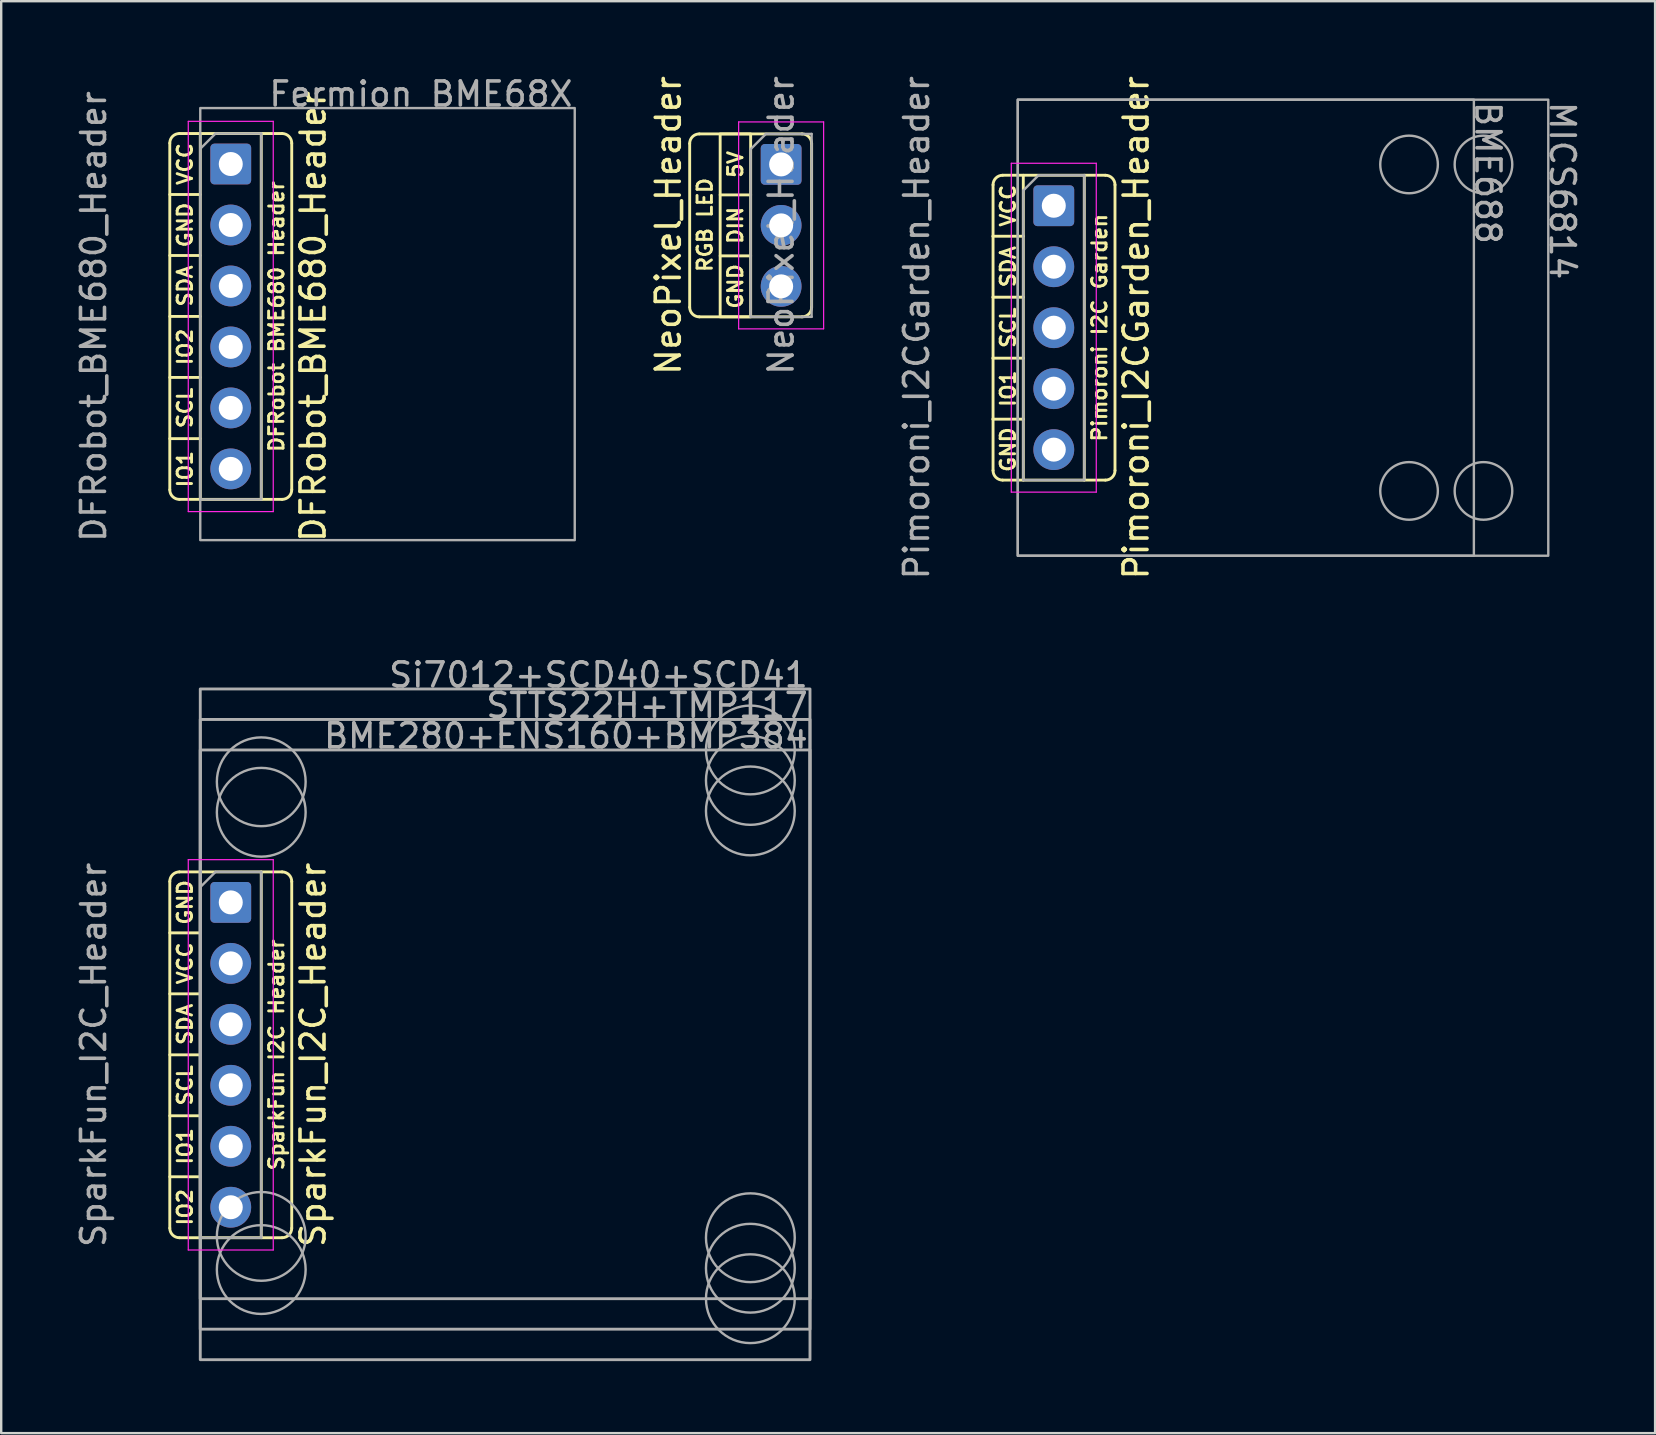
<source format=kicad_pcb>
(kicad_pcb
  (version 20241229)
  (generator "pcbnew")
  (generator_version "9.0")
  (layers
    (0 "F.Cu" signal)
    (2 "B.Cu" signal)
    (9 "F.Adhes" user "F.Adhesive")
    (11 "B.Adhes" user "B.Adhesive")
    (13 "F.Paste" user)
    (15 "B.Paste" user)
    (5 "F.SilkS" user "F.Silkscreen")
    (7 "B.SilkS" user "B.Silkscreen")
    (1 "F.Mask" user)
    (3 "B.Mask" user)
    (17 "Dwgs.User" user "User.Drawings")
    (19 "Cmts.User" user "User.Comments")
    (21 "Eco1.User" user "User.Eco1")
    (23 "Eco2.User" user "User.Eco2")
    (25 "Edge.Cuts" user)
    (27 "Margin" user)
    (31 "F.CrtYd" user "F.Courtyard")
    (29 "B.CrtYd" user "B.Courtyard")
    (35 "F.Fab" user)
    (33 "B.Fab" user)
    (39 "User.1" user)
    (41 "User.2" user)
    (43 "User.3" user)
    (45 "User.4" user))
  (footprint "NeoPixel_Header"
    (layer "F.Cu")
    (at 29.491 6.339)
    (property "Reference" "NeoPixel_Header" (at -4.699 0 90) (unlocked yes) (layer "F.SilkS") (effects (font (size 1 1) (thickness 0.15))))
    (attr through_hole)
    (fp_line (start -3.81 3.41) (end -3.81 -3.41) (stroke (width 0.12) (type default)) (layer "F.SilkS"))
    (fp_line (start -3.41 -3.81) (end 0.87 -3.81) (stroke (width 0.12) (type default)) (layer "F.SilkS"))
    (fp_line (start -1.27 -1.27) (end -2.54 -1.27) (stroke (width 0.12) (type default)) (layer "F.SilkS"))
    (fp_line (start -1.27 1.27) (end -2.54 1.27) (stroke (width 0.12) (type default)) (layer "F.SilkS"))
    (fp_line (start 0.87 3.81) (end -3.41 3.81) (stroke (width 0.12) (type default)) (layer "F.SilkS"))
    (fp_line (start 1.27 -3.41) (end 1.27 3.41) (stroke (width 0.12) (type default)) (layer "F.SilkS"))
    (fp_rect (start -2.54 -3.81) (end -1.27 3.81) (stroke (width 0.12) (type default)) (fill no) (layer "F.SilkS"))
    (fp_arc (start -3.81 -3.41) (mid -3.692843 -3.692843) (end -3.41 -3.81) (stroke (width 0.12) (type default)) (layer "F.SilkS"))
    (fp_arc (start -3.41 3.81) (mid -3.692843 3.692843) (end -3.81 3.41) (stroke (width 0.12) (type default)) (layer "F.SilkS"))
    (fp_arc (start 0.87 -3.81) (mid 1.152843 -3.692843) (end 1.27 -3.41) (stroke (width 0.12) (type default)) (layer "F.SilkS"))
    (fp_arc (start 1.27 3.41) (mid 1.152843 3.692843) (end 0.87 3.81) (stroke (width 0.12) (type default)) (layer "F.SilkS"))
    (fp_line (start -1.77 -4.31) (end -1.77 4.31) (stroke (width 0.05) (type solid)) (layer "F.CrtYd"))
    (fp_line (start -1.77 4.31) (end 1.77 4.31) (stroke (width 0.05) (type solid)) (layer "F.CrtYd"))
    (fp_line (start 1.77 -4.31) (end -1.77 -4.31) (stroke (width 0.05) (type solid)) (layer "F.CrtYd"))
    (fp_line (start 1.77 4.31) (end 1.77 -4.31) (stroke (width 0.05) (type solid)) (layer "F.CrtYd"))
    (fp_line (start -1.27 -3.175) (end -0.635 -3.81) (stroke (width 0.1) (type solid)) (layer "F.Fab"))
    (fp_line (start -1.27 3.81) (end -1.27 -3.175) (stroke (width 0.1) (type solid)) (layer "F.Fab"))
    (fp_line (start -0.635 -3.81) (end 1.27 -3.81) (stroke (width 0.1) (type solid)) (layer "F.Fab"))
    (fp_line (start 1.27 -3.81) (end 1.27 3.81) (stroke (width 0.1) (type solid)) (layer "F.Fab"))
    (fp_line (start 1.27 3.81) (end -1.27 3.81) (stroke (width 0.1) (type solid)) (layer "F.Fab"))
    (fp_text user "GND" (at -1.905 2.54 90) (unlocked yes) (layer "F.SilkS") (effects (font (size 0.6 0.6) (thickness 0.12))))
    (fp_text user "RGB LED" (at -3.175 -0.019 90) (unlocked yes) (layer "F.SilkS") (effects (font (size 0.6 0.6) (thickness 0.12) (bold yes))))
    (fp_text user "5V" (at -1.905 -2.54 90) (unlocked yes) (layer "F.SilkS") (effects (font (size 0.6 0.6) (thickness 0.12))))
    (fp_text user "DIN" (at -1.905 0 90) (unlocked yes) (layer "F.SilkS") (effects (font (size 0.6 0.6) (thickness 0.12))))
    (fp_text user "${REFERENCE}" (at 0 0 90) (layer "F.Fab") (effects (font (size 1 1) (thickness 0.15))))
    (pad "1" thru_hole roundrect (at 0 -2.54) (size 1.7 1.7) (drill 1) (layers "*.Cu" "*.Mask") (roundrect_rratio 0.1))
    (pad "2" thru_hole circle (at 0 0) (size 1.7 1.7) (drill 1) (layers "*.Cu" "*.Mask"))
    (pad "3" thru_hole circle (at 0 2.54) (size 1.7 1.7) (drill 1) (layers "*.Cu" "*.Mask")))
  (footprint "DFRobot_BME680_Header"
    (layer "F.Cu")
    (at 6.563 10.133)
    (property "Reference" "DFRobot_BME680_Header" (at 3.429 0 90) (unlocked yes) (layer "F.SilkS") (effects (font (size 1 1) (thickness 0.15))))
    (attr through_hole)
    (fp_line (start -2.54 -5.08) (end -1.27 -5.08) (stroke (width 0.12) (type default)) (layer "F.SilkS"))
    (fp_line (start -2.54 -2.54) (end -1.27 -2.54) (stroke (width 0.12) (type default)) (layer "F.SilkS"))
    (fp_line (start -2.54 0) (end -1.27 0) (stroke (width 0.12) (type default)) (layer "F.SilkS"))
    (fp_line (start -2.54 2.54) (end -1.27 2.54) (stroke (width 0.12) (type default)) (layer "F.SilkS"))
    (fp_line (start -2.54 5.09) (end -1.27 5.09) (stroke (width 0.12) (type default)) (layer "F.SilkS"))
    (fp_line (start -2.54 7.22) (end -2.54 -7.22) (stroke (width 0.12) (type default)) (layer "F.SilkS"))
    (fp_line (start -2.14 -7.62) (end 2.14 -7.62) (stroke (width 0.12) (type default)) (layer "F.SilkS"))
    (fp_line (start -1.27 -7.62) (end -1.27 7.62) (stroke (width 0.12) (type default)) (layer "F.SilkS"))
    (fp_line (start 1.27 -7.62) (end 1.27 7.62) (stroke (width 0.12) (type default)) (layer "F.SilkS"))
    (fp_line (start 2.14 7.62) (end -2.14 7.62) (stroke (width 0.12) (type default)) (layer "F.SilkS"))
    (fp_line (start 2.54 -7.22) (end 2.54 7.22) (stroke (width 0.12) (type default)) (layer "F.SilkS"))
    (fp_arc (start -2.54 -7.22) (mid -2.422843 -7.502843) (end -2.14 -7.62) (stroke (width 0.12) (type default)) (layer "F.SilkS"))
    (fp_arc (start -2.14 7.62) (mid -2.422843 7.502843) (end -2.54 7.22) (stroke (width 0.12) (type default)) (layer "F.SilkS"))
    (fp_arc (start 2.14 -7.62) (mid 2.422843 -7.502843) (end 2.54 -7.22) (stroke (width 0.12) (type default)) (layer "F.SilkS"))
    (fp_arc (start 2.54 7.22) (mid 2.422843 7.502843) (end 2.14 7.62) (stroke (width 0.12) (type default)) (layer "F.SilkS"))
    (fp_line (start -1.77 -8.128) (end -1.77 8.13) (stroke (width 0.05) (type solid)) (layer "F.CrtYd"))
    (fp_line (start -1.77 8.13) (end 1.77 8.13) (stroke (width 0.05) (type solid)) (layer "F.CrtYd"))
    (fp_line (start 1.77 -8.128) (end -1.77 -8.128) (stroke (width 0.05) (type solid)) (layer "F.CrtYd"))
    (fp_line (start 1.77 8.13) (end 1.77 -8.128) (stroke (width 0.05) (type solid)) (layer "F.CrtYd"))
    (fp_line (start -1.27 -6.985) (end -0.635 -7.62) (stroke (width 0.1) (type solid)) (layer "F.Fab"))
    (fp_line (start -1.27 7.62) (end -1.27 -6.985) (stroke (width 0.1) (type solid)) (layer "F.Fab"))
    (fp_line (start -0.635 -7.62) (end 1.27 -7.62) (stroke (width 0.1) (type solid)) (layer "F.Fab"))
    (fp_line (start 1.27 -7.62) (end 1.27 7.62) (stroke (width 0.1) (type solid)) (layer "F.Fab"))
    (fp_line (start 1.27 7.62) (end -1.27 7.62) (stroke (width 0.1) (type solid)) (layer "F.Fab"))
    (fp_rect (start -1.27 -8.682) (end 14.33 9.318) (stroke (width 0.1) (type default)) (fill no) (layer "F.Fab"))
    (fp_text user "VCC" (at -1.905 -6.35 90) (unlocked yes) (layer "F.SilkS") (effects (font (size 0.6 0.6) (thickness 0.12))))
    (fp_text user "IO1" (at -1.905 6.36 90) (unlocked yes) (layer "F.SilkS") (effects (font (size 0.6 0.6) (thickness 0.12))))
    (fp_text user "DFRobot BME680 Header" (at 1.905 0 90) (unlocked yes) (layer "F.SilkS") (effects (font (size 0.6 0.6) (thickness 0.12) (bold yes))))
    (fp_text user "SDA" (at -1.905 -1.27 90) (unlocked yes) (layer "F.SilkS") (effects (font (size 0.6 0.6) (thickness 0.12))))
    (fp_text user "IO2" (at -1.905 1.27 90) (unlocked yes) (layer "F.SilkS") (effects (font (size 0.6 0.6) (thickness 0.12))))
    (fp_text user "GND" (at -1.905 -3.81 90) (unlocked yes) (layer "F.SilkS") (effects (font (size 0.6 0.6) (thickness 0.12))))
    (fp_text user "SCL" (at -1.905 3.81 90) (unlocked yes) (layer "F.SilkS") (effects (font (size 0.6 0.6) (thickness 0.12))))
    (fp_text user "Fermion BME68X" (at 14.33 -8.682 0) (unlocked yes) (layer "F.Fab") (effects (font (size 1 1) (thickness 0.15)) (justify right bottom)))
    (fp_text user "${REFERENCE}" (at -5.715 0 270) (layer "F.Fab") (effects (font (size 1 1) (thickness 0.15))))
    (pad "1" thru_hole roundrect (at 0 -6.35) (size 1.7 1.7) (drill 1) (layers "*.Cu" "*.Mask") (roundrect_rratio 0.1))
    (pad "2" thru_hole circle (at 0 -3.81) (size 1.7 1.7) (drill 1) (layers "*.Cu" "*.Mask"))
    (pad "3" thru_hole circle (at 0 -1.27) (size 1.7 1.7) (drill 1) (layers "*.Cu" "*.Mask"))
    (pad "4" thru_hole circle (at 0 1.27) (size 1.7 1.7) (drill 1) (layers "*.Cu" "*.Mask"))
    (pad "5" thru_hole circle (at 0 3.81) (size 1.7 1.7) (drill 1) (layers "*.Cu" "*.Mask"))
    (pad "6" thru_hole circle (at 0 6.35) (size 1.7 1.7) (drill 1) (layers "*.Cu" "*.Mask")))
  (footprint "Pimoroni_I2CGarden_Header"
    (layer "F.Cu")
    (at 40.849 10.601)
    (property "Reference" "Pimoroni_I2CGarden_Header" (at 3.429 0 90) (unlocked yes) (layer "F.SilkS") (effects (font (size 1 1) (thickness 0.15))))
    (attr through_hole)
    (fp_line (start -2.54 -3.81) (end -1.27 -3.81) (stroke (width 0.12) (type default)) (layer "F.SilkS"))
    (fp_line (start -2.54 -1.27) (end -1.27 -1.27) (stroke (width 0.12) (type default)) (layer "F.SilkS"))
    (fp_line (start -2.54 1.27) (end -1.27 1.27) (stroke (width 0.12) (type default)) (layer "F.SilkS"))
    (fp_line (start -2.54 3.81) (end -1.27 3.81) (stroke (width 0.12) (type default)) (layer "F.SilkS"))
    (fp_line (start -2.53 5.95) (end -2.53 -5.95) (stroke (width 0.12) (type default)) (layer "F.SilkS"))
    (fp_line (start -2.13 -6.35) (end 2.15 -6.35) (stroke (width 0.12) (type default)) (layer "F.SilkS"))
    (fp_line (start -1.27 -6.35) (end -1.27 6.35) (stroke (width 0.12) (type default)) (layer "F.SilkS"))
    (fp_line (start 1.27 -6.35) (end 1.27 6.35) (stroke (width 0.12) (type default)) (layer "F.SilkS"))
    (fp_line (start 2.15 6.35) (end -2.13 6.35) (stroke (width 0.12) (type default)) (layer "F.SilkS"))
    (fp_line (start 2.55 -5.95) (end 2.55 5.95) (stroke (width 0.12) (type default)) (layer "F.SilkS"))
    (fp_arc (start -2.530157 -5.95) (mid -2.413 -6.232843) (end -2.130157 -6.35) (stroke (width 0.12) (type default)) (layer "F.SilkS"))
    (fp_arc (start -2.130157 6.35) (mid -2.413 6.232843) (end -2.530157 5.95) (stroke (width 0.12) (type default)) (layer "F.SilkS"))
    (fp_arc (start 2.149843 -6.35) (mid 2.432684 -6.232842) (end 2.549843 -5.95) (stroke (width 0.12) (type default)) (layer "F.SilkS"))
    (fp_arc (start 2.549843 5.95) (mid 2.432686 6.232844) (end 2.149843 6.35) (stroke (width 0.12) (type default)) (layer "F.SilkS"))
    (fp_line (start -1.77 -6.85) (end -1.77 6.85) (stroke (width 0.05) (type solid)) (layer "F.CrtYd"))
    (fp_line (start -1.77 6.85) (end 1.77 6.85) (stroke (width 0.05) (type solid)) (layer "F.CrtYd"))
    (fp_line (start 1.77 -6.85) (end -1.77 -6.85) (stroke (width 0.05) (type solid)) (layer "F.CrtYd"))
    (fp_line (start 1.77 6.85) (end 1.77 -6.85) (stroke (width 0.05) (type solid)) (layer "F.CrtYd"))
    (fp_line (start -1.27 -5.715) (end -0.635 -6.35) (stroke (width 0.1) (type solid)) (layer "F.Fab"))
    (fp_line (start -1.27 6.35) (end -1.27 -5.715) (stroke (width 0.1) (type solid)) (layer "F.Fab"))
    (fp_line (start -0.635 -6.35) (end 1.27 -6.35) (stroke (width 0.1) (type solid)) (layer "F.Fab"))
    (fp_line (start 1.27 -6.35) (end 1.27 6.35) (stroke (width 0.1) (type solid)) (layer "F.Fab"))
    (fp_line (start 1.27 6.35) (end -1.27 6.35) (stroke (width 0.1) (type solid)) (layer "F.Fab"))
    (fp_rect (start -1.5 -9.5) (end 17.5 9.5) (stroke (width 0.1) (type default)) (fill no) (layer "F.Fab"))
    (fp_rect (start -1.5 -9.5) (end 20.6 9.5) (stroke (width 0.1) (type default)) (fill no) (layer "F.Fab"))
    (fp_circle (center 14.8 -6.8) (end 16 -6.8) (stroke (width 0.1) (type default)) (fill no) (layer "F.Fab"))
    (fp_circle (center 14.8 6.8) (end 16 6.8) (stroke (width 0.1) (type default)) (fill no) (layer "F.Fab"))
    (fp_circle (center 17.9 -6.8) (end 19.1 -6.8) (stroke (width 0.1) (type default)) (fill no) (layer "F.Fab"))
    (fp_circle (center 17.9 6.8) (end 19.1 6.8) (stroke (width 0.1) (type default)) (fill no) (layer "F.Fab"))
    (fp_text user "GND" (at -1.905 5.08 90) (unlocked yes) (layer "F.SilkS") (effects (font (size 0.6 0.6) (thickness 0.12))))
    (fp_text user "Pimoroni I2C Garden" (at 1.905 0 90) (unlocked yes) (layer "F.SilkS") (effects (font (size 0.6 0.6) (thickness 0.12) (bold yes))))
    (fp_text user "VCC" (at -1.905 -5.08 90) (unlocked yes) (layer "F.SilkS") (effects (font (size 0.6 0.6) (thickness 0.12))))
    (fp_text user "IO1" (at -1.905 2.54 90) (unlocked yes) (layer "F.SilkS") (effects (font (size 0.6 0.6) (thickness 0.12))))
    (fp_text user "SDA" (at -1.905 -2.54 90) (unlocked yes) (layer "F.SilkS") (effects (font (size 0.6 0.6) (thickness 0.12))))
    (fp_text user "SCL" (at -1.905 0 90) (unlocked yes) (layer "F.SilkS") (effects (font (size 0.6 0.6) (thickness 0.12))))
    (fp_text user "MICS6814" (at 20.6 -9.5 270) (unlocked yes) (layer "F.Fab") (effects (font (size 1 1) (thickness 0.15)) (justify left bottom)))
    (fp_text user "${REFERENCE}" (at -5.715 0 270) (layer "F.Fab") (effects (font (size 1 1) (thickness 0.15))))
    (fp_text user "BME688" (at 17.5 -9.5 270) (unlocked yes) (layer "F.Fab") (effects (font (size 1 1) (thickness 0.15)) (justify left bottom)))
    (pad "1" thru_hole roundrect (at 0 -5.08) (size 1.7 1.7) (drill 1) (layers "*.Cu" "*.Mask") (roundrect_rratio 0.1))
    (pad "2" thru_hole circle (at 0 -2.54) (size 1.7 1.7) (drill 1) (layers "*.Cu" "*.Mask"))
    (pad "3" thru_hole circle (at 0 0) (size 1.7 1.7) (drill 1) (layers "*.Cu" "*.Mask"))
    (pad "4" thru_hole circle (at 0 2.54) (size 1.7 1.7) (drill 1) (layers "*.Cu" "*.Mask"))
    (pad "5" thru_hole circle (at 0 5.08) (size 1.7 1.7) (drill 1) (layers "*.Cu" "*.Mask")))
  (footprint "SparkFun_I2C_Header"
    (layer "F.Cu")
    (at 6.563 40.892)
    (property "Reference" "SparkFun_I2C_Header" (at 3.429 0 270) (layer "F.SilkS") (effects (font (size 1 1) (thickness 0.15))))
    (attr through_hole)
    (fp_line (start -2.54 -5.08) (end -1.27 -5.08) (stroke (width 0.12) (type default)) (layer "F.SilkS"))
    (fp_line (start -2.54 -2.54) (end -1.27 -2.54) (stroke (width 0.12) (type default)) (layer "F.SilkS"))
    (fp_line (start -2.54 0.000001) (end -1.27 0.000001) (stroke (width 0.12) (type default)) (layer "F.SilkS"))
    (fp_line (start -2.54 2.54) (end -1.27 2.54) (stroke (width 0.12) (type default)) (layer "F.SilkS"))
    (fp_line (start -2.54 5.08) (end -1.27 5.08) (stroke (width 0.12) (type default)) (layer "F.SilkS"))
    (fp_line (start -2.54 7.22) (end -2.54 -7.22) (stroke (width 0.12) (type default)) (layer "F.SilkS"))
    (fp_line (start -2.14 -7.62) (end 2.14 -7.62) (stroke (width 0.12) (type default)) (layer "F.SilkS"))
    (fp_line (start -1.27 -7.62) (end -1.27 7.62) (stroke (width 0.12) (type default)) (layer "F.SilkS"))
    (fp_line (start 1.27 -7.62) (end 1.27 7.62) (stroke (width 0.12) (type default)) (layer "F.SilkS"))
    (fp_line (start 2.14 7.62) (end -2.14 7.62) (stroke (width 0.12) (type default)) (layer "F.SilkS"))
    (fp_line (start 2.54 -7.22) (end 2.54 7.22) (stroke (width 0.12) (type default)) (layer "F.SilkS"))
    (fp_arc (start -2.54 -7.22) (mid -2.422843 -7.502843) (end -2.14 -7.62) (stroke (width 0.12) (type default)) (layer "F.SilkS"))
    (fp_arc (start -2.14 7.62) (mid -2.422843 7.502843) (end -2.54 7.22) (stroke (width 0.12) (type default)) (layer "F.SilkS"))
    (fp_arc (start 2.14 -7.62) (mid 2.422843 -7.502843) (end 2.54 -7.22) (stroke (width 0.12) (type default)) (layer "F.SilkS"))
    (fp_arc (start 2.54 7.22) (mid 2.422843 7.502843) (end 2.14 7.62) (stroke (width 0.12) (type default)) (layer "F.SilkS"))
    (fp_line (start -1.77 -8.13) (end -1.77 8.13) (stroke (width 0.05) (type solid)) (layer "F.CrtYd"))
    (fp_line (start -1.77 8.13) (end 1.77 8.13) (stroke (width 0.05) (type solid)) (layer "F.CrtYd"))
    (fp_line (start 1.77 -8.13) (end -1.77 -8.13) (stroke (width 0.05) (type solid)) (layer "F.CrtYd"))
    (fp_line (start 1.77 8.13) (end 1.77 -8.13) (stroke (width 0.05) (type solid)) (layer "F.CrtYd"))
    (fp_line (start -1.27 -6.985) (end -0.635 -7.62) (stroke (width 0.1) (type solid)) (layer "F.Fab"))
    (fp_line (start -1.27 7.62) (end -1.27 -6.985) (stroke (width 0.1) (type solid)) (layer "F.Fab"))
    (fp_line (start -0.635 -7.62) (end 1.27 -7.62) (stroke (width 0.1) (type solid)) (layer "F.Fab"))
    (fp_line (start 1.27 -7.62) (end 1.27 7.62) (stroke (width 0.1) (type solid)) (layer "F.Fab"))
    (fp_line (start 1.27 7.62) (end -1.27 7.62) (stroke (width 0.1) (type solid)) (layer "F.Fab"))
    (fp_rect (start -1.27 -15.24) (end 24.13 10.16) (stroke (width 0.12) (type default)) (fill no) (layer "F.Fab"))
    (fp_rect (start -1.27 -13.97) (end 24.13 11.43) (stroke (width 0.12) (type default)) (fill no) (layer "F.Fab"))
    (fp_rect (start -1.27 -12.7) (end 24.13 12.7) (stroke (width 0.12) (type default)) (fill no) (layer "F.Fab"))
    (fp_circle (center 1.27 -11.374) (end 3.048 -11.882) (stroke (width 0.1) (type default)) (fill no) (layer "F.Fab"))
    (fp_circle (center 1.27 -10.104) (end 3.048 -10.612) (stroke (width 0.1) (type default)) (fill no) (layer "F.Fab"))
    (fp_circle (center 1.27 7.564) (end 3.048 7.056) (stroke (width 0.1) (type default)) (fill no) (layer "F.Fab"))
    (fp_circle (center 1.27 8.946) (end 3.048 8.438) (stroke (width 0.1) (type default)) (fill no) (layer "F.Fab"))
    (fp_circle (center 21.646 -12.7) (end 23.424 -13.208) (stroke (width 0.1) (type default)) (fill no) (layer "F.Fab"))
    (fp_circle (center 21.646 -11.43) (end 23.424 -11.938) (stroke (width 0.1) (type default)) (fill no) (layer "F.Fab"))
    (fp_circle (center 21.646 -10.16) (end 23.424 -10.668) (stroke (width 0.1) (type default)) (fill no) (layer "F.Fab"))
    (fp_circle (center 21.646 7.62) (end 23.424 7.112) (stroke (width 0.1) (type default)) (fill no) (layer "F.Fab"))
    (fp_circle (center 21.646 8.89) (end 23.424 8.382) (stroke (width 0.1) (type default)) (fill no) (layer "F.Fab"))
    (fp_circle (center 21.646 10.16) (end 23.424 9.652) (stroke (width 0.1) (type default)) (fill no) (layer "F.Fab"))
    (fp_text user "IO1" (at -1.905 3.81 270) (layer "F.SilkS") (effects (font (size 0.6 0.6) (thickness 0.12))))
    (fp_text user "GND" (at -1.905 -6.35 270) (layer "F.SilkS") (effects (font (size 0.6 0.6) (thickness 0.12))))
    (fp_text user "SparkFun I2C Header" (at 1.905 0 270) (layer "F.SilkS") (effects (font (size 0.6 0.6) (thickness 0.12) (bold yes))))
    (fp_text user "IO2" (at -1.905 6.35 270) (layer "F.SilkS") (effects (font (size 0.6 0.6) (thickness 0.12))))
    (fp_text user "VCC" (at -1.905 -3.81 270) (layer "F.SilkS") (effects (font (size 0.6 0.6) (thickness 0.12))))
    (fp_text user "SCL" (at -1.905 1.27 270) (layer "F.SilkS") (effects (font (size 0.6 0.6) (thickness 0.12))))
    (fp_text user "SDA" (at -1.905 -1.27 270) (layer "F.SilkS") (effects (font (size 0.6 0.6) (thickness 0.12))))
    (fp_text user "${REFERENCE}" (at -5.715 0 90) (layer "F.Fab") (effects (font (size 1 1) (thickness 0.15))))
    (fp_text user "BME280+ENS160+BMP384" (at 24.13 -12.7 0) (unlocked yes) (layer "F.Fab") (effects (font (size 1 1) (thickness 0.15)) (justify right bottom)))
    (fp_text user "Si7012+SCD40+SCD41" (at 24.13 -15.24 0) (unlocked yes) (layer "F.Fab") (effects (font (size 1 1) (thickness 0.15)) (justify right bottom)))
    (fp_text user "STTS22H+TMP117" (at 24.13 -13.97 0) (unlocked yes) (layer "F.Fab") (effects (font (size 1 1) (thickness 0.15)) (justify right bottom)))
    (pad "1" thru_hole roundrect (at 0 -6.35) (size 1.7 1.7) (drill 1) (layers "*.Cu" "*.Mask") (roundrect_rratio 0.1))
    (pad "2" thru_hole circle (at 0 -3.81) (size 1.7 1.7) (drill 1) (layers "*.Cu" "*.Mask"))
    (pad "3" thru_hole circle (at 0 -1.27) (size 1.7 1.7) (drill 1) (layers "*.Cu" "*.Mask"))
    (pad "4" thru_hole circle (at 0 1.27) (size 1.7 1.7) (drill 1) (layers "*.Cu" "*.Mask"))
    (pad "5" thru_hole circle (at 0 3.81) (size 1.7 1.7) (drill 1) (layers "*.Cu" "*.Mask"))
    (pad "6" thru_hole circle (at 0 6.35) (size 1.7 1.7) (drill 1) (layers "*.Cu" "*.Mask")))
  (gr_rect
    (start -3 -3)
    (end 65.899 56.652)
    (stroke (width 0.1) (type default))
    (fill no)
    (layer "Edge.Cuts")))
</source>
